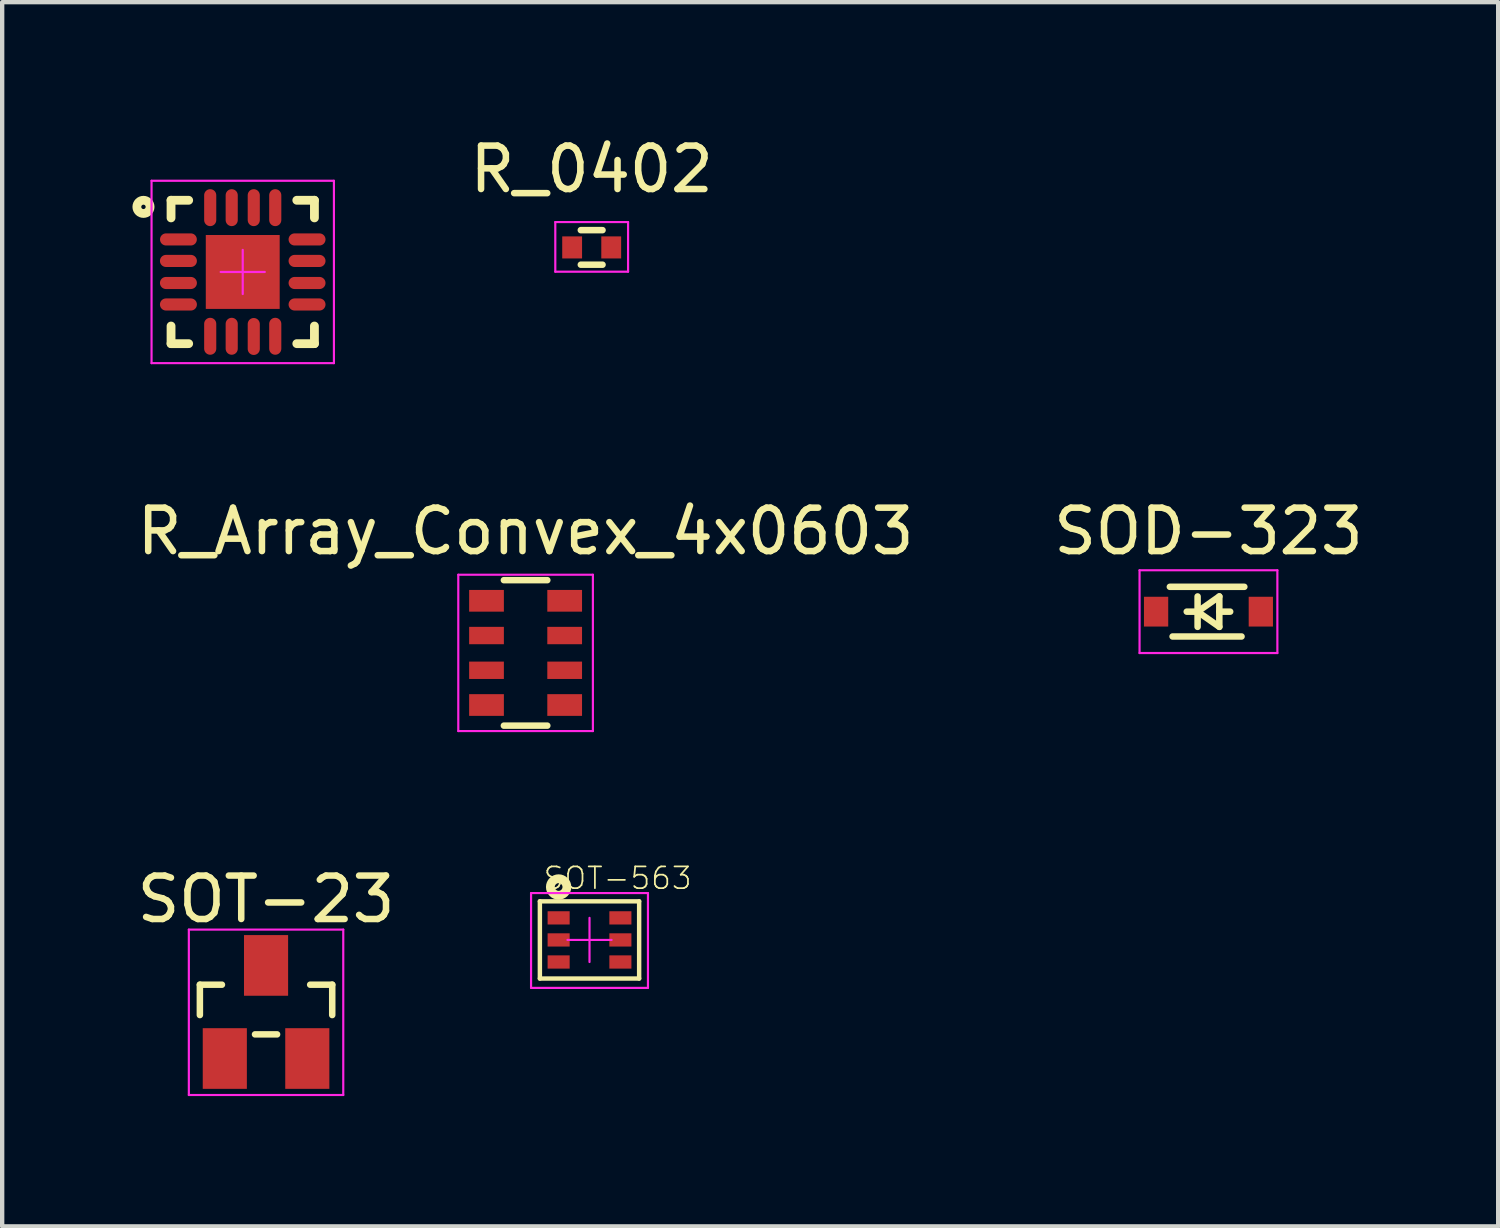
<source format=kicad_pcb>
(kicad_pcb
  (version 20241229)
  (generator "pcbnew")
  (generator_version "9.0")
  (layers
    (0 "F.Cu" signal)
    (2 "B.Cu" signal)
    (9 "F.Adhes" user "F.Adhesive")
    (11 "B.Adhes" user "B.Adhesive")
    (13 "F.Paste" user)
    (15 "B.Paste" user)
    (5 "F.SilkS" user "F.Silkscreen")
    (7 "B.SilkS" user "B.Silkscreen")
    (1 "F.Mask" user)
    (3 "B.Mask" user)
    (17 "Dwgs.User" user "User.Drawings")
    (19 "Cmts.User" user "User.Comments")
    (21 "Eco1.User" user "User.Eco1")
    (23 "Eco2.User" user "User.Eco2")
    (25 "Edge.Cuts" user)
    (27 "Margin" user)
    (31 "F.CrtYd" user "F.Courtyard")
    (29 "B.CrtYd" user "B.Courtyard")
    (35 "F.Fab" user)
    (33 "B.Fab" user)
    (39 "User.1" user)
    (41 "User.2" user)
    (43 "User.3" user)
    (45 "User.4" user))
  (footprint "QFN16"
    (layer "F.Cu")
    (at 2.54 3.213)
    (property "Reference" "QFN16" (at 0 -2.85 0) (layer "Eco2.User") (effects (font (size 0.5 0.5) (thickness 0.04))))
    (attr smd)
    (fp_line (start -1.651 -1.651) (end -1.651 -1.245) (stroke (width 0.203) (type solid)) (layer "F.SilkS"))
    (fp_line (start -1.651 -1.651) (end -1.245 -1.651) (stroke (width 0.203) (type solid)) (layer "F.SilkS"))
    (fp_line (start -1.651 1.245) (end -1.651 1.651) (stroke (width 0.203) (type solid)) (layer "F.SilkS"))
    (fp_line (start -1.651 1.651) (end -1.245 1.651) (stroke (width 0.203) (type solid)) (layer "F.SilkS"))
    (fp_line (start 1.245 -1.651) (end 1.651 -1.651) (stroke (width 0.203) (type solid)) (layer "F.SilkS"))
    (fp_line (start 1.245 1.651) (end 1.651 1.651) (stroke (width 0.203) (type solid)) (layer "F.SilkS"))
    (fp_line (start 1.651 -1.651) (end 1.651 -1.245) (stroke (width 0.203) (type solid)) (layer "F.SilkS"))
    (fp_line (start 1.651 1.245) (end 1.651 1.651) (stroke (width 0.203) (type solid)) (layer "F.SilkS"))
    (fp_circle (center -2.286 -1.499) (end -2.134 -1.499) (stroke (width 0.203) (type solid)) (fill no) (layer "F.SilkS"))
    (fp_line (start -2.1 -2.1) (end -2.1 2.1) (stroke (width 0.05) (type solid)) (layer "F.CrtYd"))
    (fp_line (start -2.1 -2.1) (end 2.1 -2.1) (stroke (width 0.05) (type solid)) (layer "F.CrtYd"))
    (fp_line (start -2.1 2.1) (end 2.1 2.1) (stroke (width 0.05) (type solid)) (layer "F.CrtYd"))
    (fp_line (start -0.508 0) (end 0.508 0) (stroke (width 0.05) (type solid)) (layer "F.CrtYd"))
    (fp_line (start 0 -0.508) (end 0 0.508) (stroke (width 0.05) (type solid)) (layer "F.CrtYd"))
    (fp_line (start 2.1 -2.1) (end 2.1 2.1) (stroke (width 0.05) (type solid)) (layer "F.CrtYd"))
    (pad "1" smd oval (at -1.481 -0.749) (size 0.848 0.279) (layers "F.Cu" "F.Mask" "F.Paste"))
    (pad "2" smd oval (at -1.481 -0.254) (size 0.851 0.279) (layers "F.Cu" "F.Mask" "F.Paste"))
    (pad "3" smd oval (at -1.481 0.254) (size 0.851 0.279) (layers "F.Cu" "F.Mask" "F.Paste"))
    (pad "4" smd oval (at -1.481 0.749) (size 0.851 0.279) (layers "F.Cu" "F.Mask" "F.Paste"))
    (pad "5" smd oval (at -0.749 1.481 90) (size 0.851 0.279) (layers "F.Cu" "F.Mask" "F.Paste"))
    (pad "6" smd oval (at -0.254 1.481 90) (size 0.851 0.279) (layers "F.Cu" "F.Mask" "F.Paste"))
    (pad "7" smd oval (at 0.254 1.486 90) (size 0.851 0.279) (layers "F.Cu" "F.Mask" "F.Paste"))
    (pad "8" smd oval (at 0.749 1.481 90) (size 0.851 0.279) (layers "F.Cu" "F.Mask" "F.Paste"))
    (pad "9" smd oval (at 1.481 0.749) (size 0.851 0.279) (layers "F.Cu" "F.Mask" "F.Paste"))
    (pad "10" smd oval (at 1.481 0.254) (size 0.851 0.279) (layers "F.Cu" "F.Mask" "F.Paste"))
    (pad "11" smd oval (at 1.481 -0.254) (size 0.851 0.279) (layers "F.Cu" "F.Mask" "F.Paste"))
    (pad "12" smd oval (at 1.481 -0.749) (size 0.851 0.279) (layers "F.Cu" "F.Mask" "F.Paste"))
    (pad "13" smd oval (at 0.749 -1.481 90) (size 0.851 0.279) (layers "F.Cu" "F.Mask" "F.Paste"))
    (pad "14" smd oval (at 0.254 -1.481 90) (size 0.851 0.279) (layers "F.Cu" "F.Mask" "F.Paste"))
    (pad "15" smd oval (at -0.254 -1.481 90) (size 0.851 0.279) (layers "F.Cu" "F.Mask" "F.Paste"))
    (pad "16" smd oval (at -0.749 -1.481 90) (size 0.851 0.279) (layers "F.Cu" "F.Mask" "F.Paste"))
    (pad "17" smd rect (at 0 0) (size 1.702 1.702) (layers "F.Cu" "F.Mask" "F.Paste")))
  (footprint "SOT-563"
    (layer "F.Cu")
    (at 10.526 18.596)
    (property "Reference" "SOT-563" (at 0.648 -1.422 0) (layer "F.SilkS") (effects (font (size 0.5 0.5) (thickness 0.04))))
    (attr smd)
    (fp_line (start -1.143 -0.889) (end -1.143 0.889) (stroke (width 0.102) (type solid)) (layer "F.SilkS"))
    (fp_line (start -1.143 -0.889) (end 1.143 -0.889) (stroke (width 0.102) (type solid)) (layer "F.SilkS"))
    (fp_line (start -1.143 0.889) (end 1.143 0.889) (stroke (width 0.102) (type solid)) (layer "F.SilkS"))
    (fp_line (start 1.143 -0.889) (end 1.143 0.889) (stroke (width 0.102) (type solid)) (layer "F.SilkS"))
    (fp_circle (center -0.711 -1.219) (end -0.622 -1.219) (stroke (width 0.203) (type solid)) (fill no) (layer "F.SilkS"))
    (fp_line (start -1.346 -1.079) (end -1.346 1.105) (stroke (width 0.05) (type solid)) (layer "F.CrtYd"))
    (fp_line (start -1.346 -1.079) (end 1.346 -1.079) (stroke (width 0.05) (type solid)) (layer "F.CrtYd"))
    (fp_line (start -1.346 1.105) (end 1.346 1.105) (stroke (width 0.05) (type solid)) (layer "F.CrtYd"))
    (fp_line (start -0.508 0) (end 0.508 0) (stroke (width 0.05) (type solid)) (layer "F.CrtYd"))
    (fp_line (start 0 -0.508) (end 0 0.508) (stroke (width 0.05) (type solid)) (layer "F.CrtYd"))
    (fp_line (start 1.346 -1.079) (end 1.346 1.105) (stroke (width 0.05) (type solid)) (layer "F.CrtYd"))
    (pad "1" smd rect (at -0.711 -0.508) (size 0.508 0.305) (layers "F.Cu" "F.Mask" "F.Paste"))
    (pad "2" smd rect (at -0.711 0) (size 0.508 0.305) (layers "F.Cu" "F.Mask" "F.Paste"))
    (pad "3" smd rect (at -0.711 0.508) (size 0.508 0.305) (layers "F.Cu" "F.Mask" "F.Paste"))
    (pad "4" smd rect (at 0.711 0.508) (size 0.508 0.305) (layers "F.Cu" "F.Mask" "F.Paste"))
    (pad "5" smd rect (at 0.711 0) (size 0.508 0.305) (layers "F.Cu" "F.Mask" "F.Paste"))
    (pad "6" smd rect (at 0.711 -0.508) (size 0.508 0.305) (layers "F.Cu" "F.Mask" "F.Paste")))
  (footprint "SOD-323"
    (layer "F.Cu")
    (at 24.78 11.036)
    (property "Reference" "SOD-323" (at 0 -1.85 0) (layer "F.SilkS") (effects (font (size 1 1) (thickness 0.15))))
    (attr smd)
    (fp_line (start -0.889 -0.572) (end 0.826 -0.572) (stroke (width 0.15) (type solid)) (layer "F.SilkS"))
    (fp_line (start -0.826 0.572) (end 0.762 0.572) (stroke (width 0.15) (type solid)) (layer "F.SilkS"))
    (fp_line (start -0.25 -0.35) (end -0.25 0.35) (stroke (width 0.15) (type solid)) (layer "F.SilkS"))
    (fp_line (start -0.25 0) (end -0.5 0) (stroke (width 0.15) (type solid)) (layer "F.SilkS"))
    (fp_line (start -0.25 0) (end 0.25 -0.35) (stroke (width 0.15) (type solid)) (layer "F.SilkS"))
    (fp_line (start 0.25 -0.35) (end 0.25 0.35) (stroke (width 0.15) (type solid)) (layer "F.SilkS"))
    (fp_line (start 0.25 0) (end 0.5 0) (stroke (width 0.15) (type solid)) (layer "F.SilkS"))
    (fp_line (start 0.25 0.35) (end -0.25 0) (stroke (width 0.15) (type solid)) (layer "F.SilkS"))
    (fp_line (start -1.587 -0.953) (end -1.587 0.953) (stroke (width 0.05) (type solid)) (layer "F.CrtYd"))
    (fp_line (start -1.587 -0.953) (end 1.587 -0.953) (stroke (width 0.05) (type solid)) (layer "F.CrtYd"))
    (fp_line (start -1.587 0.953) (end 1.587 0.953) (stroke (width 0.05) (type solid)) (layer "F.CrtYd"))
    (fp_line (start 1.587 -0.953) (end 1.587 0.953) (stroke (width 0.05) (type solid)) (layer "F.CrtYd"))
    (pad "A" smd rect (at 1.206 0) (size 0.559 0.686) (layers "F.Cu" "F.Mask" "F.Paste"))
    (pad "K" smd rect (at -1.206 0) (size 0.559 0.686) (layers "F.Cu" "F.Mask" "F.Paste")))
  (footprint "SOT-23"
    (layer "F.Cu")
    (at 3.077 20.326)
    (property "Reference" "SOT-23" (at 0 -2.667 0) (layer "F.SilkS") (effects (font (size 1 1) (thickness 0.15))))
    (attr smd)
    (fp_line (start -1.524 -0.699) (end -1.016 -0.699) (stroke (width 0.15) (type solid)) (layer "F.SilkS"))
    (fp_line (start -1.524 0) (end -1.524 -0.699) (stroke (width 0.15) (type solid)) (layer "F.SilkS"))
    (fp_line (start -0.254 0.445) (end 0.254 0.445) (stroke (width 0.15) (type solid)) (layer "F.SilkS"))
    (fp_line (start 1.524 -0.699) (end 1.016 -0.699) (stroke (width 0.15) (type solid)) (layer "F.SilkS"))
    (fp_line (start 1.524 0) (end 1.524 -0.699) (stroke (width 0.15) (type solid)) (layer "F.SilkS"))
    (fp_line (start -1.778 -1.968) (end 1.778 -1.968) (stroke (width 0.05) (type solid)) (layer "F.CrtYd"))
    (fp_line (start -1.778 1.841) (end -1.778 -1.968) (stroke (width 0.05) (type solid)) (layer "F.CrtYd"))
    (fp_line (start 1.778 -1.968) (end 1.778 1.841) (stroke (width 0.05) (type solid)) (layer "F.CrtYd"))
    (fp_line (start 1.778 1.841) (end -1.778 1.841) (stroke (width 0.05) (type solid)) (layer "F.CrtYd"))
    (pad "1" smd rect (at -0.95 1.001) (size 1.016 1.397) (layers "F.Cu" "F.Mask" "F.Paste"))
    (pad "2" smd rect (at 0.95 1.001) (size 1.016 1.397) (layers "F.Cu" "F.Mask" "F.Paste"))
    (pad "3" smd rect (at 0 -1.143) (size 1.016 1.397) (layers "F.Cu" "F.Mask" "F.Paste")))
  (footprint "R_Array_Convex_4x0603"
    (layer "F.Cu")
    (at 9.054 11.986)
    (property "Reference" "R_Array_Convex_4x0603" (at 0 -2.8 0) (layer "F.SilkS") (effects (font (size 1 1) (thickness 0.15))))
    (attr smd)
    (fp_line (start 0.5 -1.675) (end -0.5 -1.675) (stroke (width 0.15) (type solid)) (layer "F.SilkS"))
    (fp_line (start 0.5 1.675) (end -0.5 1.675) (stroke (width 0.15) (type solid)) (layer "F.SilkS"))
    (fp_line (start -1.55 -1.8) (end -1.55 1.8) (stroke (width 0.05) (type solid)) (layer "F.CrtYd"))
    (fp_line (start -1.55 -1.8) (end 1.55 -1.8) (stroke (width 0.05) (type solid)) (layer "F.CrtYd"))
    (fp_line (start -1.55 1.8) (end 1.55 1.8) (stroke (width 0.05) (type solid)) (layer "F.CrtYd"))
    (fp_line (start 1.55 -1.8) (end 1.55 1.8) (stroke (width 0.05) (type solid)) (layer "F.CrtYd"))
    (pad "1" smd rect (at -0.9 -1.2) (size 0.8 0.5) (layers "F.Cu" "F.Mask" "F.Paste"))
    (pad "2" smd rect (at -0.9 -0.4) (size 0.8 0.4) (layers "F.Cu" "F.Mask" "F.Paste"))
    (pad "3" smd rect (at -0.9 0.4) (size 0.8 0.4) (layers "F.Cu" "F.Mask" "F.Paste"))
    (pad "4" smd rect (at -0.9 1.2) (size 0.8 0.5) (layers "F.Cu" "F.Mask" "F.Paste"))
    (pad "5" smd rect (at 0.9 1.2) (size 0.8 0.5) (layers "F.Cu" "F.Mask" "F.Paste"))
    (pad "6" smd rect (at 0.9 0.4) (size 0.8 0.4) (layers "F.Cu" "F.Mask" "F.Paste"))
    (pad "7" smd rect (at 0.9 -0.4) (size 0.8 0.4) (layers "F.Cu" "F.Mask" "F.Paste"))
    (pad "8" smd rect (at 0.9 -1.2) (size 0.8 0.5) (layers "F.Cu" "F.Mask" "F.Paste")))
  (footprint "R_0402"
    (layer "F.Cu")
    (at 10.576 2.648)
    (property "Reference" "R_0402" (at 0 -1.8 0) (layer "F.SilkS") (effects (font (size 1 1) (thickness 0.15))))
    (attr smd)
    (fp_line (start -0.25 0.398) (end 0.25 0.398) (stroke (width 0.15) (type solid)) (layer "F.SilkS"))
    (fp_line (start 0.25 -0.398) (end -0.25 -0.398) (stroke (width 0.15) (type solid)) (layer "F.SilkS"))
    (fp_line (start -0.838 -0.584) (end -0.838 0.559) (stroke (width 0.05) (type solid)) (layer "F.CrtYd"))
    (fp_line (start -0.838 -0.584) (end 0.838 -0.584) (stroke (width 0.05) (type solid)) (layer "F.CrtYd"))
    (fp_line (start -0.838 0.559) (end 0.838 0.559) (stroke (width 0.05) (type solid)) (layer "F.CrtYd"))
    (fp_line (start 0.838 0.559) (end 0.838 -0.584) (stroke (width 0.05) (type solid)) (layer "F.CrtYd"))
    (pad "1" smd rect (at -0.45 0) (size 0.457 0.508) (layers "F.Cu" "F.Mask" "F.Paste"))
    (pad "2" smd rect (at 0.45 0) (size 0.457 0.508) (layers "F.Cu" "F.Mask" "F.Paste")))
  (gr_rect
    (start -3 -3)
    (end 31.452 25.193)
    (stroke (width 0.1) (type default))
    (fill no)
    (layer "Edge.Cuts")))
</source>
